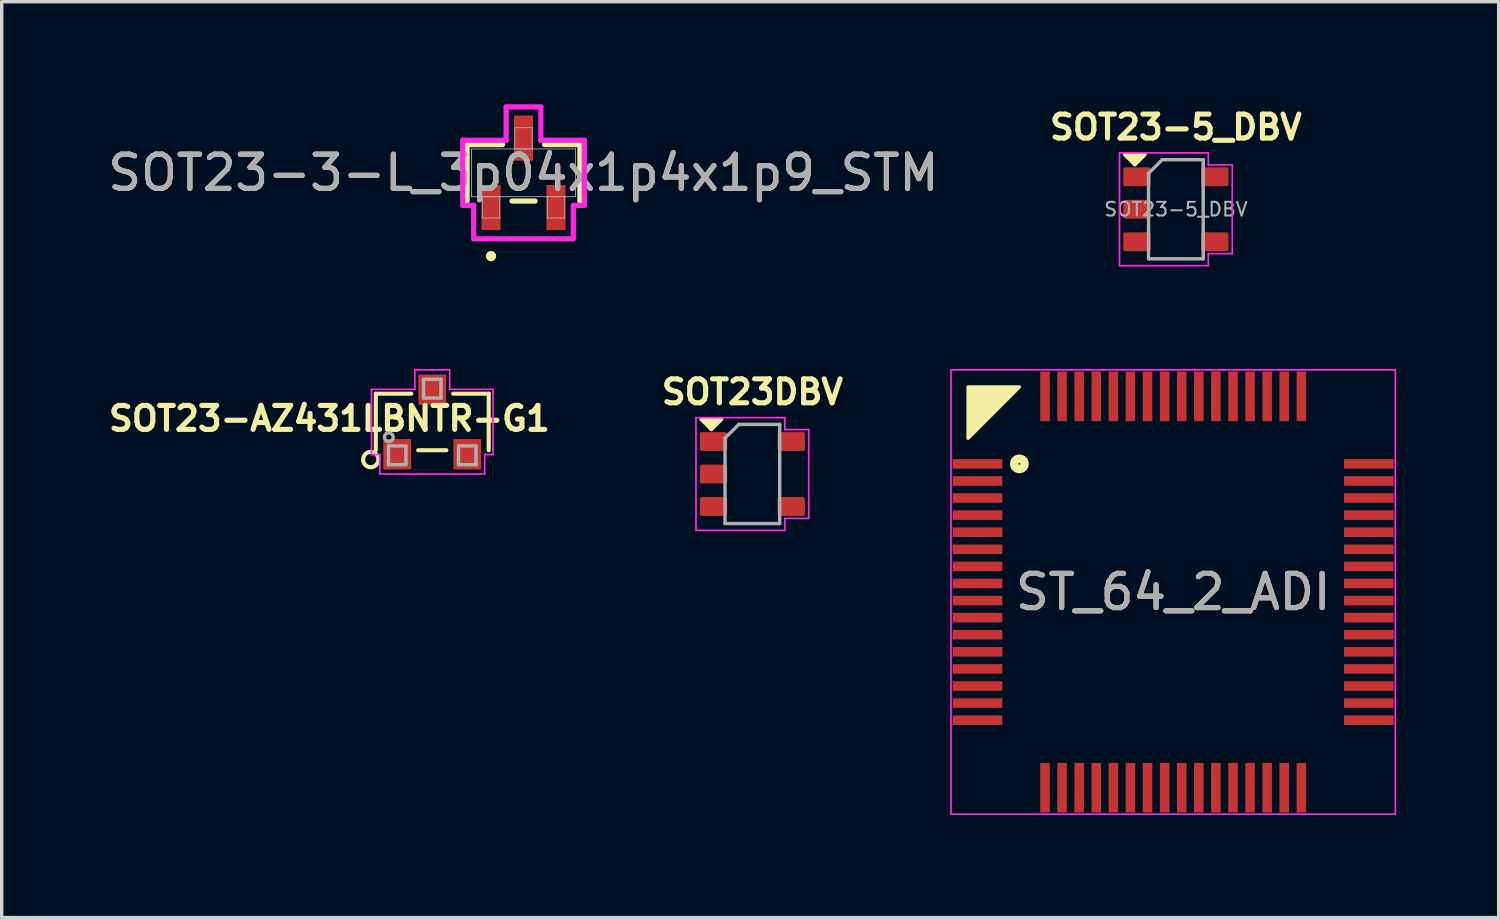
<source format=kicad_pcb>
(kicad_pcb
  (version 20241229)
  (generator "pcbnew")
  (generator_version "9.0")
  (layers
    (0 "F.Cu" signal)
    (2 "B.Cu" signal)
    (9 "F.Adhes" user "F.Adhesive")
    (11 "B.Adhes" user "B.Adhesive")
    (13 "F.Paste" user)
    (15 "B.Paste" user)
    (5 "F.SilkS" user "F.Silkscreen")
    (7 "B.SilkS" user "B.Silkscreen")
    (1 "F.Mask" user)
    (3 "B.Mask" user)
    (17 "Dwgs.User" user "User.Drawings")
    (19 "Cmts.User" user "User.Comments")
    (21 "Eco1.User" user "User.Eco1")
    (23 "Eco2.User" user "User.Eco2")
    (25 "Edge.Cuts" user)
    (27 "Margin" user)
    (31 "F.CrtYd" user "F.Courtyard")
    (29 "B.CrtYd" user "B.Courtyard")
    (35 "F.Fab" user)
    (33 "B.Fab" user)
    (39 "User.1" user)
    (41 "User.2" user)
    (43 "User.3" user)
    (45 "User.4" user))
  (footprint "SOT23-5_DBV"
    (layer "F.Cu")
    (at 31.357 3.073)
    (property "Reference" "SOT23-5_DBV" (at 0 -2.4 180) (layer "F.SilkS") (effects (font (size 0.7 0.7) (thickness 0.15))))
    (attr smd)
    (fp_poly (pts (xy -1.2 -1.3) (xy -1.5 -1.6) (xy -0.9 -1.6)) (stroke (width 0.1) (type solid)) (fill yes) (layer "F.SilkS"))
    (fp_line (start -1.65 -1.65) (end 0.95 -1.65) (stroke (width 0.05) (type solid)) (layer "F.CrtYd"))
    (fp_line (start -1.65 1.65) (end -1.65 -1.65) (stroke (width 0.05) (type solid)) (layer "F.CrtYd"))
    (fp_line (start 0.95 -1.3) (end 0.95 -1.65) (stroke (width 0.05) (type default)) (layer "F.CrtYd"))
    (fp_line (start 0.95 1.65) (end -1.65 1.65) (stroke (width 0.05) (type solid)) (layer "F.CrtYd"))
    (fp_line (start 0.95 1.65) (end 0.95 1.3) (stroke (width 0.05) (type default)) (layer "F.CrtYd"))
    (fp_line (start 1.65 -1.3) (end 0.95 -1.3) (stroke (width 0.05) (type default)) (layer "F.CrtYd"))
    (fp_line (start 1.65 -1.3) (end 1.65 1.3) (stroke (width 0.05) (type solid)) (layer "F.CrtYd"))
    (fp_line (start 1.65 1.3) (end 0.95 1.3) (stroke (width 0.05) (type default)) (layer "F.CrtYd"))
    (fp_line (start -0.8 -1.05) (end -0.8 1.45) (stroke (width 0.1) (type solid)) (layer "F.Fab"))
    (fp_line (start -0.8 1.45) (end 0.8 1.45) (stroke (width 0.1) (type solid)) (layer "F.Fab"))
    (fp_line (start -0.4 -1.45) (end -0.8 -1.05) (stroke (width 0.1) (type solid)) (layer "F.Fab"))
    (fp_line (start 0.8 -1.45) (end -0.4 -1.45) (stroke (width 0.1) (type solid)) (layer "F.Fab"))
    (fp_line (start 0.8 1.45) (end 0.8 -1.45) (stroke (width 0.1) (type solid)) (layer "F.Fab"))
    (fp_text user "${REFERENCE}" (at 0 0 180) (layer "F.Fab") (effects (font (size 0.4 0.4) (thickness 0.06))))
    (pad "1" smd roundrect (at -1.137 -0.95) (size 0.8 0.55) (layers "F.Cu" "F.Mask" "F.Paste") (roundrect_rratio 0.1))
    (pad "2" smd roundrect (at -1.137 0) (size 0.8 0.55) (layers "F.Cu" "F.Mask" "F.Paste") (roundrect_rratio 0.1))
    (pad "3" smd roundrect (at -1.137 0.95) (size 0.8 0.55) (layers "F.Cu" "F.Mask" "F.Paste") (roundrect_rratio 0.1))
    (pad "4" smd roundrect (at 1.137 0.95) (size 0.8 0.55) (layers "F.Cu" "F.Mask" "F.Paste") (roundrect_rratio 0.1))
    (pad "5" smd roundrect (at 1.137 -0.95) (size 0.8 0.55) (layers "F.Cu" "F.Mask" "F.Paste") (roundrect_rratio 0.1)))
  (footprint "SOT23DBV"
    (layer "F.Cu")
    (at 18.965 10.82)
    (property "Reference" "SOT23DBV" (at 0 -2.4 180) (layer "F.SilkS") (effects (font (size 0.7 0.7) (thickness 0.15))))
    (attr smd)
    (fp_poly (pts (xy -1.2 -1.3) (xy -1.5 -1.6) (xy -0.9 -1.6)) (stroke (width 0.1) (type solid)) (fill yes) (layer "F.SilkS"))
    (fp_line (start -1.65 -1.65) (end -1.65 1.65) (stroke (width 0.05) (type solid)) (layer "F.CrtYd"))
    (fp_line (start -1.65 1.65) (end 0.95 1.65) (stroke (width 0.05) (type solid)) (layer "F.CrtYd"))
    (fp_line (start 0.95 -1.65) (end -1.65 -1.65) (stroke (width 0.05) (type solid)) (layer "F.CrtYd"))
    (fp_line (start 0.95 -1.65) (end 0.95 -1.3) (stroke (width 0.05) (type default)) (layer "F.CrtYd"))
    (fp_line (start 0.95 -1.3) (end 1.65 -1.3) (stroke (width 0.05) (type default)) (layer "F.CrtYd"))
    (fp_line (start 0.95 1.3) (end 0.95 1.65) (stroke (width 0.05) (type default)) (layer "F.CrtYd"))
    (fp_line (start 0.95 1.3) (end 1.65 1.3) (stroke (width 0.05) (type default)) (layer "F.CrtYd"))
    (fp_line (start 1.65 1.3) (end 1.65 -1.3) (stroke (width 0.05) (type solid)) (layer "F.CrtYd"))
    (fp_line (start -0.8 -1.05) (end -0.4 -1.45) (stroke (width 0.1) (type solid)) (layer "F.Fab"))
    (fp_line (start -0.8 1.45) (end -0.8 -1.05) (stroke (width 0.1) (type solid)) (layer "F.Fab"))
    (fp_line (start -0.4 -1.45) (end 0.8 -1.45) (stroke (width 0.1) (type solid)) (layer "F.Fab"))
    (fp_line (start 0.8 -1.45) (end 0.8 1.45) (stroke (width 0.1) (type solid)) (layer "F.Fab"))
    (fp_line (start 0.8 1.45) (end -0.8 1.45) (stroke (width 0.1) (type solid)) (layer "F.Fab"))
    (pad "1" smd roundrect (at -1.137 -0.95) (size 0.8 0.55) (layers "F.Cu" "F.Mask" "F.Paste") (roundrect_rratio 0.1))
    (pad "2" smd roundrect (at -1.137 0) (size 0.8 0.55) (layers "F.Cu" "F.Mask" "F.Paste") (roundrect_rratio 0.1))
    (pad "3" smd roundrect (at -1.137 0.95) (size 0.8 0.55) (layers "F.Cu" "F.Mask" "F.Paste") (roundrect_rratio 0.1))
    (pad "4" smd roundrect (at 1.137 0.95) (size 0.8 0.55) (layers "F.Cu" "F.Mask" "F.Paste") (roundrect_rratio 0.1))
    (pad "5" smd roundrect (at 1.137 -0.95) (size 0.8 0.55) (layers "F.Cu" "F.Mask" "F.Paste") (roundrect_rratio 0.1)))
  (footprint "SOT23-AZ431LBNTR-G1"
    (layer "F.Cu")
    (at 9.598 9.297)
    (property "Reference" "SOT23-AZ431LBNTR-G1" (at -3.01 -0.1 0) (layer "F.SilkS") (effects (font (size 0.7 0.7) (thickness 0.15))))
    (attr through_hole)
    (fp_line (start -1.652 -0.827) (end -1.652 0.827) (stroke (width 0.12) (type solid)) (layer "F.SilkS"))
    (fp_line (start -0.613 -0.827) (end -1.652 -0.827) (stroke (width 0.12) (type solid)) (layer "F.SilkS"))
    (fp_line (start -0.412 0.827) (end 0.412 0.827) (stroke (width 0.12) (type solid)) (layer "F.SilkS"))
    (fp_line (start 1.652 -0.827) (end 0.613 -0.827) (stroke (width 0.12) (type solid)) (layer "F.SilkS"))
    (fp_line (start 1.652 0.827) (end 1.652 -0.827) (stroke (width 0.12) (type solid)) (layer "F.SilkS"))
    (fp_circle (center -1.8 1.1) (end -2 1) (stroke (width 0.12) (type solid)) (fill no) (layer "F.SilkS"))
    (fp_line (start -1.779 -0.954) (end -0.509 -0.954) (stroke (width 0.05) (type solid)) (layer "F.CrtYd"))
    (fp_line (start -1.779 0.954) (end -1.779 -0.954) (stroke (width 0.05) (type solid)) (layer "F.CrtYd"))
    (fp_line (start -1.534 0.954) (end -1.779 0.954) (stroke (width 0.05) (type solid)) (layer "F.CrtYd"))
    (fp_line (start -1.534 1.524) (end -1.534 0.954) (stroke (width 0.05) (type solid)) (layer "F.CrtYd"))
    (fp_line (start -0.509 -1.524) (end 0.509 -1.524) (stroke (width 0.05) (type solid)) (layer "F.CrtYd"))
    (fp_line (start -0.509 -0.954) (end -0.509 -1.524) (stroke (width 0.05) (type solid)) (layer "F.CrtYd"))
    (fp_line (start 0.509 -0.954) (end 0.509 -1.524) (stroke (width 0.05) (type solid)) (layer "F.CrtYd"))
    (fp_line (start 1.534 0.954) (end 1.534 1.524) (stroke (width 0.05) (type solid)) (layer "F.CrtYd"))
    (fp_line (start 1.534 1.524) (end -1.534 1.524) (stroke (width 0.05) (type solid)) (layer "F.CrtYd"))
    (fp_line (start 1.779 -0.954) (end 0.509 -0.954) (stroke (width 0.05) (type solid)) (layer "F.CrtYd"))
    (fp_line (start 1.779 -0.954) (end 1.779 0.954) (stroke (width 0.05) (type solid)) (layer "F.CrtYd"))
    (fp_line (start 1.779 0.954) (end 1.534 0.954) (stroke (width 0.05) (type solid)) (layer "F.CrtYd"))
    (fp_line (start -1.28 0.7) (end -1.28 1.25) (stroke (width 0.1) (type solid)) (layer "F.Fab"))
    (fp_line (start -1.28 1.25) (end -0.77 1.25) (stroke (width 0.1) (type solid)) (layer "F.Fab"))
    (fp_line (start -0.77 0.7) (end -1.28 0.7) (stroke (width 0.1) (type solid)) (layer "F.Fab"))
    (fp_line (start -0.77 1.25) (end -0.77 0.7) (stroke (width 0.1) (type solid)) (layer "F.Fab"))
    (fp_line (start -0.255 -1.25) (end -0.255 -0.7) (stroke (width 0.1) (type solid)) (layer "F.Fab"))
    (fp_line (start -0.255 -0.7) (end 0.255 -0.7) (stroke (width 0.1) (type solid)) (layer "F.Fab"))
    (fp_line (start 0.255 -1.25) (end -0.255 -1.25) (stroke (width 0.1) (type solid)) (layer "F.Fab"))
    (fp_line (start 0.255 -0.7) (end 0.255 -1.25) (stroke (width 0.1) (type solid)) (layer "F.Fab"))
    (fp_line (start 0.77 0.7) (end 0.77 1.25) (stroke (width 0.1) (type solid)) (layer "F.Fab"))
    (fp_line (start 0.77 1.25) (end 1.28 1.25) (stroke (width 0.1) (type solid)) (layer "F.Fab"))
    (fp_line (start 1.28 0.7) (end 0.77 0.7) (stroke (width 0.1) (type solid)) (layer "F.Fab"))
    (fp_line (start 1.28 1.25) (end 1.28 0.7) (stroke (width 0.1) (type solid)) (layer "F.Fab"))
    (fp_circle (center -1.271 0.446) (end -1.144 0.446) (stroke (width 0.1) (type solid)) (fill no) (layer "F.Fab"))
    (pad "1" smd rect (at -1.025 0.945) (size 0.813 0.889) (layers "F.Cu" "F.Mask" "F.Paste"))
    (pad "2" smd rect (at 1.025 0.945) (size 0.813 0.889) (layers "F.Cu" "F.Mask" "F.Paste"))
    (pad "3" smd rect (at 0 -0.945) (size 0.813 0.889) (layers "F.Cu" "F.Mask" "F.Paste")))
  (footprint "ST_64_2_ADI"
    (layer "F.Cu")
    (at 31.278 14.273)
    (property "Reference" "ST_64_2_ADI" (at 0 0 0) (unlocked yes) (layer "F.SilkS") (effects (font (size 1 1) (thickness 0.15))))
    (attr smd)
    (fp_circle (center -4.5 -3.75) (end -4.35 -3.75) (stroke (width 0.25) (type default)) (fill no) (layer "F.SilkS"))
    (fp_poly (pts (xy -6 -4.5) (xy -6 -6) (xy -4.5 -6)) (stroke (width 0.1) (type solid)) (fill yes) (layer "F.SilkS"))
    (fp_rect (start -6.5 -6.5) (end 6.5 6.5) (stroke (width 0.05) (type default)) (fill no) (layer "F.CrtYd"))
    (fp_text user "${REFERENCE}" (at 0 0 0) (unlocked yes) (layer "F.Fab") (effects (font (size 1 1) (thickness 0.15))))
    (pad "1" smd rect (at -5.725 -3.75 90) (size 0.279 1.45) (layers "F.Cu" "F.Mask" "F.Paste"))
    (pad "2" smd rect (at -5.725 -3.25 90) (size 0.279 1.45) (layers "F.Cu" "F.Mask" "F.Paste"))
    (pad "3" smd rect (at -5.725 -2.75 90) (size 0.279 1.45) (layers "F.Cu" "F.Mask" "F.Paste"))
    (pad "4" smd rect (at -5.725 -2.25 90) (size 0.279 1.45) (layers "F.Cu" "F.Mask" "F.Paste"))
    (pad "5" smd rect (at -5.725 -1.75 90) (size 0.279 1.45) (layers "F.Cu" "F.Mask" "F.Paste"))
    (pad "6" smd rect (at -5.725 -1.25 90) (size 0.279 1.45) (layers "F.Cu" "F.Mask" "F.Paste"))
    (pad "7" smd rect (at -5.725 -0.75 90) (size 0.279 1.45) (layers "F.Cu" "F.Mask" "F.Paste"))
    (pad "8" smd rect (at -5.725 -0.25 90) (size 0.279 1.45) (layers "F.Cu" "F.Mask" "F.Paste"))
    (pad "9" smd rect (at -5.725 0.25 90) (size 0.279 1.45) (layers "F.Cu" "F.Mask" "F.Paste"))
    (pad "10" smd rect (at -5.725 0.75 90) (size 0.279 1.45) (layers "F.Cu" "F.Mask" "F.Paste"))
    (pad "11" smd rect (at -5.725 1.25 90) (size 0.279 1.45) (layers "F.Cu" "F.Mask" "F.Paste"))
    (pad "12" smd rect (at -5.725 1.75 90) (size 0.279 1.45) (layers "F.Cu" "F.Mask" "F.Paste"))
    (pad "13" smd rect (at -5.725 2.25 90) (size 0.279 1.45) (layers "F.Cu" "F.Mask" "F.Paste"))
    (pad "14" smd rect (at -5.725 2.75 90) (size 0.279 1.45) (layers "F.Cu" "F.Mask" "F.Paste"))
    (pad "15" smd rect (at -5.725 3.25 90) (size 0.279 1.45) (layers "F.Cu" "F.Mask" "F.Paste"))
    (pad "16" smd rect (at -5.725 3.75 90) (size 0.279 1.45) (layers "F.Cu" "F.Mask" "F.Paste"))
    (pad "17" smd rect (at -3.75 5.725) (size 0.279 1.45) (layers "F.Cu" "F.Mask" "F.Paste"))
    (pad "18" smd rect (at -3.25 5.725) (size 0.279 1.45) (layers "F.Cu" "F.Mask" "F.Paste"))
    (pad "19" smd rect (at -2.75 5.725) (size 0.279 1.45) (layers "F.Cu" "F.Mask" "F.Paste"))
    (pad "20" smd rect (at -2.25 5.725) (size 0.279 1.45) (layers "F.Cu" "F.Mask" "F.Paste"))
    (pad "21" smd rect (at -1.75 5.725) (size 0.279 1.45) (layers "F.Cu" "F.Mask" "F.Paste"))
    (pad "22" smd rect (at -1.25 5.725) (size 0.279 1.45) (layers "F.Cu" "F.Mask" "F.Paste"))
    (pad "23" smd rect (at -0.75 5.725) (size 0.279 1.45) (layers "F.Cu" "F.Mask" "F.Paste"))
    (pad "24" smd rect (at -0.25 5.725) (size 0.279 1.45) (layers "F.Cu" "F.Mask" "F.Paste"))
    (pad "25" smd rect (at 0.25 5.725) (size 0.279 1.45) (layers "F.Cu" "F.Mask" "F.Paste"))
    (pad "26" smd rect (at 0.75 5.725) (size 0.279 1.45) (layers "F.Cu" "F.Mask" "F.Paste"))
    (pad "27" smd rect (at 1.25 5.725) (size 0.279 1.45) (layers "F.Cu" "F.Mask" "F.Paste"))
    (pad "28" smd rect (at 1.75 5.725) (size 0.279 1.45) (layers "F.Cu" "F.Mask" "F.Paste"))
    (pad "29" smd rect (at 2.25 5.725) (size 0.279 1.45) (layers "F.Cu" "F.Mask" "F.Paste"))
    (pad "30" smd rect (at 2.75 5.725) (size 0.279 1.45) (layers "F.Cu" "F.Mask" "F.Paste"))
    (pad "31" smd rect (at 3.25 5.725) (size 0.279 1.45) (layers "F.Cu" "F.Mask" "F.Paste"))
    (pad "32" smd rect (at 3.75 5.725) (size 0.279 1.45) (layers "F.Cu" "F.Mask" "F.Paste"))
    (pad "33" smd rect (at 5.725 3.75 90) (size 0.279 1.45) (layers "F.Cu" "F.Mask" "F.Paste"))
    (pad "34" smd rect (at 5.725 3.25 90) (size 0.279 1.45) (layers "F.Cu" "F.Mask" "F.Paste"))
    (pad "35" smd rect (at 5.725 2.75 90) (size 0.279 1.45) (layers "F.Cu" "F.Mask" "F.Paste"))
    (pad "36" smd rect (at 5.725 2.25 90) (size 0.279 1.45) (layers "F.Cu" "F.Mask" "F.Paste"))
    (pad "37" smd rect (at 5.725 1.75 90) (size 0.279 1.45) (layers "F.Cu" "F.Mask" "F.Paste"))
    (pad "38" smd rect (at 5.725 1.25 90) (size 0.279 1.45) (layers "F.Cu" "F.Mask" "F.Paste"))
    (pad "39" smd rect (at 5.725 0.75 90) (size 0.279 1.45) (layers "F.Cu" "F.Mask" "F.Paste"))
    (pad "40" smd rect (at 5.725 0.25 90) (size 0.279 1.45) (layers "F.Cu" "F.Mask" "F.Paste"))
    (pad "41" smd rect (at 5.725 -0.25 90) (size 0.279 1.45) (layers "F.Cu" "F.Mask" "F.Paste"))
    (pad "42" smd rect (at 5.725 -0.75 90) (size 0.279 1.45) (layers "F.Cu" "F.Mask" "F.Paste"))
    (pad "43" smd rect (at 5.725 -1.25 90) (size 0.279 1.45) (layers "F.Cu" "F.Mask" "F.Paste"))
    (pad "44" smd rect (at 5.725 -1.75 90) (size 0.279 1.45) (layers "F.Cu" "F.Mask" "F.Paste"))
    (pad "45" smd rect (at 5.725 -2.25 90) (size 0.279 1.45) (layers "F.Cu" "F.Mask" "F.Paste"))
    (pad "46" smd rect (at 5.725 -2.75 90) (size 0.279 1.45) (layers "F.Cu" "F.Mask" "F.Paste"))
    (pad "47" smd rect (at 5.725 -3.25 90) (size 0.279 1.45) (layers "F.Cu" "F.Mask" "F.Paste"))
    (pad "48" smd rect (at 5.725 -3.75 90) (size 0.279 1.45) (layers "F.Cu" "F.Mask" "F.Paste"))
    (pad "49" smd rect (at 3.75 -5.725) (size 0.279 1.45) (layers "F.Cu" "F.Mask" "F.Paste"))
    (pad "50" smd rect (at 3.25 -5.725) (size 0.279 1.45) (layers "F.Cu" "F.Mask" "F.Paste"))
    (pad "51" smd rect (at 2.75 -5.725) (size 0.279 1.45) (layers "F.Cu" "F.Mask" "F.Paste"))
    (pad "52" smd rect (at 2.25 -5.725) (size 0.279 1.45) (layers "F.Cu" "F.Mask" "F.Paste"))
    (pad "53" smd rect (at 1.75 -5.725) (size 0.279 1.45) (layers "F.Cu" "F.Mask" "F.Paste"))
    (pad "54" smd rect (at 1.25 -5.725) (size 0.279 1.45) (layers "F.Cu" "F.Mask" "F.Paste"))
    (pad "55" smd rect (at 0.75 -5.725) (size 0.279 1.45) (layers "F.Cu" "F.Mask" "F.Paste"))
    (pad "56" smd rect (at 0.25 -5.725) (size 0.279 1.45) (layers "F.Cu" "F.Mask" "F.Paste"))
    (pad "57" smd rect (at -0.25 -5.725) (size 0.279 1.45) (layers "F.Cu" "F.Mask" "F.Paste"))
    (pad "58" smd rect (at -0.75 -5.725) (size 0.279 1.45) (layers "F.Cu" "F.Mask" "F.Paste"))
    (pad "59" smd rect (at -1.25 -5.725) (size 0.279 1.45) (layers "F.Cu" "F.Mask" "F.Paste"))
    (pad "60" smd rect (at -1.75 -5.725) (size 0.279 1.45) (layers "F.Cu" "F.Mask" "F.Paste"))
    (pad "61" smd rect (at -2.25 -5.725) (size 0.279 1.45) (layers "F.Cu" "F.Mask" "F.Paste"))
    (pad "62" smd rect (at -2.75 -5.725) (size 0.279 1.45) (layers "F.Cu" "F.Mask" "F.Paste"))
    (pad "63" smd rect (at -3.25 -5.725) (size 0.279 1.45) (layers "F.Cu" "F.Mask" "F.Paste"))
    (pad "64" smd rect (at -3.75 -5.725) (size 0.279 1.45) (layers "F.Cu" "F.Mask" "F.Paste")))
  (footprint "SOT23-3-L_3p04x1p4x1p9_STM"
    (layer "F.Cu")
    (at 12.268 2.007)
    (property "Reference" "SOT23-3-L_3p04x1p4x1p9_STM" (at 0 0 0) (unlocked yes) (layer "F.SilkS") (effects (font (size 1 1) (thickness 0.15))))
    (attr smd)
    (fp_line (start -1.651 -0.826) (end -1.651 0.826) (stroke (width 0.152) (type solid)) (layer "F.SilkS"))
    (fp_line (start -0.612 -0.826) (end -1.651 -0.826) (stroke (width 0.152) (type solid)) (layer "F.SilkS"))
    (fp_line (start -0.338 0.826) (end 0.338 0.826) (stroke (width 0.152) (type solid)) (layer "F.SilkS"))
    (fp_line (start 1.651 -0.826) (end 0.612 -0.826) (stroke (width 0.152) (type solid)) (layer "F.SilkS"))
    (fp_line (start 1.651 0.826) (end 1.651 -0.826) (stroke (width 0.152) (type solid)) (layer "F.SilkS"))
    (fp_circle (center -0.95 2.438) (end -0.874 2.438) (stroke (width 0.152) (type solid)) (fill no) (layer "F.SilkS"))
    (fp_line (start -1.778 -0.953) (end -0.508 -0.953) (stroke (width 0.152) (type solid)) (layer "F.CrtYd"))
    (fp_line (start -1.778 0.953) (end -1.778 -0.953) (stroke (width 0.152) (type solid)) (layer "F.CrtYd"))
    (fp_line (start -1.778 0.953) (end -1.458 0.953) (stroke (width 0.152) (type solid)) (layer "F.CrtYd"))
    (fp_line (start -1.458 0.953) (end -1.458 1.93) (stroke (width 0.152) (type solid)) (layer "F.CrtYd"))
    (fp_line (start -1.458 1.93) (end 1.458 1.93) (stroke (width 0.152) (type solid)) (layer "F.CrtYd"))
    (fp_line (start -0.508 -1.93) (end 0.508 -1.93) (stroke (width 0.152) (type solid)) (layer "F.CrtYd"))
    (fp_line (start -0.508 -0.953) (end -0.508 -1.93) (stroke (width 0.152) (type solid)) (layer "F.CrtYd"))
    (fp_line (start 0.508 -0.953) (end 0.508 -1.93) (stroke (width 0.152) (type solid)) (layer "F.CrtYd"))
    (fp_line (start 1.458 0.953) (end 1.458 1.93) (stroke (width 0.152) (type solid)) (layer "F.CrtYd"))
    (fp_line (start 1.778 -0.953) (end 0.508 -0.953) (stroke (width 0.152) (type solid)) (layer "F.CrtYd"))
    (fp_line (start 1.778 -0.953) (end 1.778 0.953) (stroke (width 0.152) (type solid)) (layer "F.CrtYd"))
    (fp_line (start 1.778 0.953) (end 1.458 0.953) (stroke (width 0.152) (type solid)) (layer "F.CrtYd"))
    (fp_line (start -1.524 -0.699) (end -1.524 0.699) (stroke (width 0.025) (type solid)) (layer "F.Fab"))
    (fp_line (start -1.524 0.699) (end 1.524 0.699) (stroke (width 0.025) (type solid)) (layer "F.Fab"))
    (fp_line (start -1.204 0.699) (end -1.204 1.321) (stroke (width 0.025) (type solid)) (layer "F.Fab"))
    (fp_line (start -1.204 1.321) (end -0.696 1.321) (stroke (width 0.025) (type solid)) (layer "F.Fab"))
    (fp_line (start -0.696 0.699) (end -1.204 0.699) (stroke (width 0.025) (type solid)) (layer "F.Fab"))
    (fp_line (start -0.696 1.321) (end -0.696 0.699) (stroke (width 0.025) (type solid)) (layer "F.Fab"))
    (fp_line (start -0.254 -1.321) (end -0.254 -0.699) (stroke (width 0.025) (type solid)) (layer "F.Fab"))
    (fp_line (start -0.254 -0.699) (end 0.254 -0.699) (stroke (width 0.025) (type solid)) (layer "F.Fab"))
    (fp_line (start 0.254 -1.321) (end -0.254 -1.321) (stroke (width 0.025) (type solid)) (layer "F.Fab"))
    (fp_line (start 0.254 -0.699) (end 0.254 -1.321) (stroke (width 0.025) (type solid)) (layer "F.Fab"))
    (fp_line (start 0.696 0.699) (end 0.696 1.321) (stroke (width 0.025) (type solid)) (layer "F.Fab"))
    (fp_line (start 0.696 1.321) (end 1.204 1.321) (stroke (width 0.025) (type solid)) (layer "F.Fab"))
    (fp_line (start 1.204 0.699) (end 0.696 0.699) (stroke (width 0.025) (type solid)) (layer "F.Fab"))
    (fp_line (start 1.204 1.321) (end 1.204 0.699) (stroke (width 0.025) (type solid)) (layer "F.Fab"))
    (fp_line (start 1.524 -0.699) (end -1.524 -0.699) (stroke (width 0.025) (type solid)) (layer "F.Fab"))
    (fp_line (start 1.524 0.699) (end 1.524 -0.699) (stroke (width 0.025) (type solid)) (layer "F.Fab"))
    (fp_circle (center -0.95 0.445) (end -0.874 0.445) (stroke (width 0.025) (type solid)) (fill no) (layer "F.Fab"))
    (fp_text user "${REFERENCE}" (at 0 0 0) (unlocked yes) (layer "F.Fab") (effects (font (size 1 1) (thickness 0.15))))
    (pad "1" smd rect (at -0.95 1.016) (size 0.559 1.321) (layers "F.Cu" "F.Mask" "F.Paste"))
    (pad "2" smd rect (at 0.95 1.016) (size 0.559 1.321) (layers "F.Cu" "F.Mask" "F.Paste"))
    (pad "3" smd rect (at 0 -1.016) (size 0.559 1.321) (layers "F.Cu" "F.Mask" "F.Paste")))
  (gr_rect
    (start -3 -3)
    (end 40.803 23.798)
    (stroke (width 0.1) (type default))
    (fill no)
    (layer "Edge.Cuts")))
</source>
